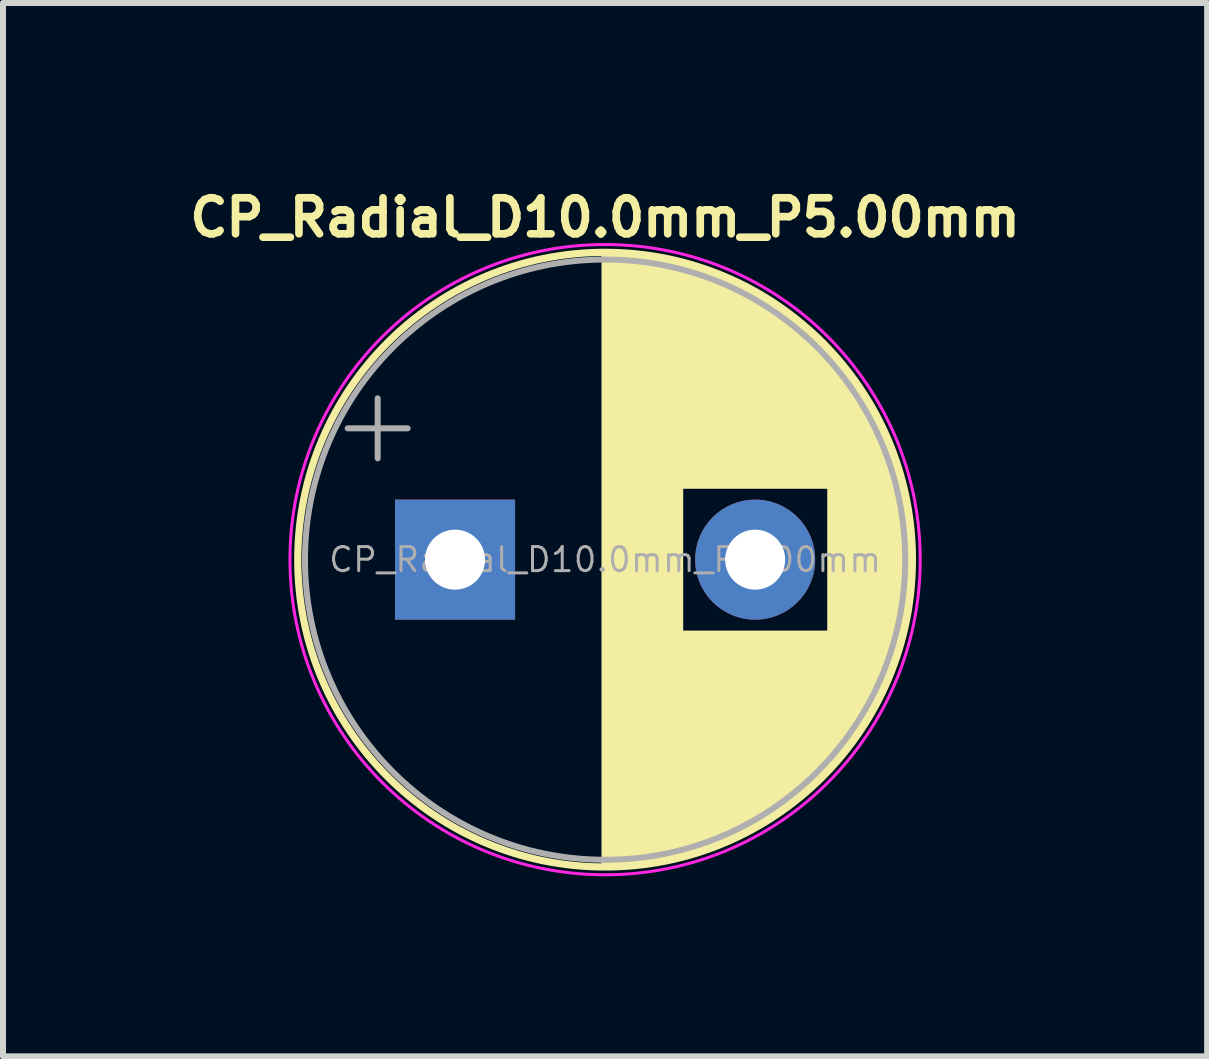
<source format=kicad_pcb>
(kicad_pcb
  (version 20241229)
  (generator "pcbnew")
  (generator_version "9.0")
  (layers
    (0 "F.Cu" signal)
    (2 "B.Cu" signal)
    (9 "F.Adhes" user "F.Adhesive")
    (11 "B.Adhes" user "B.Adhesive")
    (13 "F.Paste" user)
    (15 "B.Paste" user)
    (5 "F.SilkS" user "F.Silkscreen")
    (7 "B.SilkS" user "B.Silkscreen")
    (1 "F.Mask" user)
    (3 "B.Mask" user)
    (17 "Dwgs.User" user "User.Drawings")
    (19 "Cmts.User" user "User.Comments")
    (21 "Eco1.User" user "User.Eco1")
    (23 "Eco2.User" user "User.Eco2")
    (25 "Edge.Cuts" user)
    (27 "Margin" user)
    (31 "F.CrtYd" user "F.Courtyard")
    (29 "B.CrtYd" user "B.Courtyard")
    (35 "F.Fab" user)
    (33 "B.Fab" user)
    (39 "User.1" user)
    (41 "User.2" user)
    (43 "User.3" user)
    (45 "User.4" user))
  (footprint "CP_Radial_D10.0mm_P5.00mm"
    (layer "F.Cu")
    (at 7.031 6.274)
    (property "Reference" "CP_Radial_D10.0mm_P5.00mm" (at 0 -5.7 0) (layer "F.SilkS") (effects (font (size 0.6 0.6) (thickness 0.127))))
    (attr through_hole)
    (fp_line (start 0 -5.08) (end 0 5.08) (stroke (width 0.12) (type solid)) (layer "F.SilkS"))
    (fp_line (start 0.04 -5.08) (end 0.04 5.08) (stroke (width 0.12) (type solid)) (layer "F.SilkS"))
    (fp_line (start 0.08 -5.08) (end 0.08 5.08) (stroke (width 0.12) (type solid)) (layer "F.SilkS"))
    (fp_line (start 0.12 -5.079) (end 0.12 5.079) (stroke (width 0.12) (type solid)) (layer "F.SilkS"))
    (fp_line (start 0.16 -5.078) (end 0.16 5.078) (stroke (width 0.12) (type solid)) (layer "F.SilkS"))
    (fp_line (start 0.2 -5.077) (end 0.2 5.077) (stroke (width 0.12) (type solid)) (layer "F.SilkS"))
    (fp_line (start 0.24 -5.075) (end 0.24 5.075) (stroke (width 0.12) (type solid)) (layer "F.SilkS"))
    (fp_line (start 0.28 -5.073) (end 0.28 5.073) (stroke (width 0.12) (type solid)) (layer "F.SilkS"))
    (fp_line (start 0.32 -5.07) (end 0.32 5.07) (stroke (width 0.12) (type solid)) (layer "F.SilkS"))
    (fp_line (start 0.36 -5.068) (end 0.36 5.068) (stroke (width 0.12) (type solid)) (layer "F.SilkS"))
    (fp_line (start 0.4 -5.065) (end 0.4 5.065) (stroke (width 0.12) (type solid)) (layer "F.SilkS"))
    (fp_line (start 0.44 -5.062) (end 0.44 5.062) (stroke (width 0.12) (type solid)) (layer "F.SilkS"))
    (fp_line (start 0.48 -5.058) (end 0.48 5.058) (stroke (width 0.12) (type solid)) (layer "F.SilkS"))
    (fp_line (start 0.52 -5.054) (end 0.52 5.054) (stroke (width 0.12) (type solid)) (layer "F.SilkS"))
    (fp_line (start 0.56 -5.05) (end 0.56 5.05) (stroke (width 0.12) (type solid)) (layer "F.SilkS"))
    (fp_line (start 0.6 -5.045) (end 0.6 5.045) (stroke (width 0.12) (type solid)) (layer "F.SilkS"))
    (fp_line (start 0.64 -5.04) (end 0.64 5.04) (stroke (width 0.12) (type solid)) (layer "F.SilkS"))
    (fp_line (start 0.68 -5.035) (end 0.68 5.035) (stroke (width 0.12) (type solid)) (layer "F.SilkS"))
    (fp_line (start 0.721 -5.03) (end 0.721 5.03) (stroke (width 0.12) (type solid)) (layer "F.SilkS"))
    (fp_line (start 0.761 -5.024) (end 0.761 5.024) (stroke (width 0.12) (type solid)) (layer "F.SilkS"))
    (fp_line (start 0.801 -5.018) (end 0.801 5.018) (stroke (width 0.12) (type solid)) (layer "F.SilkS"))
    (fp_line (start 0.841 -5.011) (end 0.841 5.011) (stroke (width 0.12) (type solid)) (layer "F.SilkS"))
    (fp_line (start 0.881 -5.004) (end 0.881 5.004) (stroke (width 0.12) (type solid)) (layer "F.SilkS"))
    (fp_line (start 0.921 -4.997) (end 0.921 4.997) (stroke (width 0.12) (type solid)) (layer "F.SilkS"))
    (fp_line (start 0.961 -4.99) (end 0.961 4.99) (stroke (width 0.12) (type solid)) (layer "F.SilkS"))
    (fp_line (start 1.001 -4.982) (end 1.001 4.982) (stroke (width 0.12) (type solid)) (layer "F.SilkS"))
    (fp_line (start 1.041 -4.974) (end 1.041 4.974) (stroke (width 0.12) (type solid)) (layer "F.SilkS"))
    (fp_line (start 1.081 -4.965) (end 1.081 4.965) (stroke (width 0.12) (type solid)) (layer "F.SilkS"))
    (fp_line (start 1.121 -4.956) (end 1.121 4.956) (stroke (width 0.12) (type solid)) (layer "F.SilkS"))
    (fp_line (start 1.161 -4.947) (end 1.161 4.947) (stroke (width 0.12) (type solid)) (layer "F.SilkS"))
    (fp_line (start 1.201 -4.938) (end 1.201 4.938) (stroke (width 0.12) (type solid)) (layer "F.SilkS"))
    (fp_line (start 1.241 -4.928) (end 1.241 4.928) (stroke (width 0.12) (type solid)) (layer "F.SilkS"))
    (fp_line (start 1.281 -4.918) (end 1.281 -1.241) (stroke (width 0.12) (type solid)) (layer "F.SilkS"))
    (fp_line (start 1.281 1.241) (end 1.281 4.918) (stroke (width 0.12) (type solid)) (layer "F.SilkS"))
    (fp_line (start 1.321 -4.907) (end 1.321 -1.241) (stroke (width 0.12) (type solid)) (layer "F.SilkS"))
    (fp_line (start 1.321 1.241) (end 1.321 4.907) (stroke (width 0.12) (type solid)) (layer "F.SilkS"))
    (fp_line (start 1.361 -4.897) (end 1.361 -1.241) (stroke (width 0.12) (type solid)) (layer "F.SilkS"))
    (fp_line (start 1.361 1.241) (end 1.361 4.897) (stroke (width 0.12) (type solid)) (layer "F.SilkS"))
    (fp_line (start 1.401 -4.885) (end 1.401 -1.241) (stroke (width 0.12) (type solid)) (layer "F.SilkS"))
    (fp_line (start 1.401 1.241) (end 1.401 4.885) (stroke (width 0.12) (type solid)) (layer "F.SilkS"))
    (fp_line (start 1.441 -4.874) (end 1.441 -1.241) (stroke (width 0.12) (type solid)) (layer "F.SilkS"))
    (fp_line (start 1.441 1.241) (end 1.441 4.874) (stroke (width 0.12) (type solid)) (layer "F.SilkS"))
    (fp_line (start 1.481 -4.862) (end 1.481 -1.241) (stroke (width 0.12) (type solid)) (layer "F.SilkS"))
    (fp_line (start 1.481 1.241) (end 1.481 4.862) (stroke (width 0.12) (type solid)) (layer "F.SilkS"))
    (fp_line (start 1.521 -4.85) (end 1.521 -1.241) (stroke (width 0.12) (type solid)) (layer "F.SilkS"))
    (fp_line (start 1.521 1.241) (end 1.521 4.85) (stroke (width 0.12) (type solid)) (layer "F.SilkS"))
    (fp_line (start 1.561 -4.837) (end 1.561 -1.241) (stroke (width 0.12) (type solid)) (layer "F.SilkS"))
    (fp_line (start 1.561 1.241) (end 1.561 4.837) (stroke (width 0.12) (type solid)) (layer "F.SilkS"))
    (fp_line (start 1.601 -4.824) (end 1.601 -1.241) (stroke (width 0.12) (type solid)) (layer "F.SilkS"))
    (fp_line (start 1.601 1.241) (end 1.601 4.824) (stroke (width 0.12) (type solid)) (layer "F.SilkS"))
    (fp_line (start 1.641 -4.811) (end 1.641 -1.241) (stroke (width 0.12) (type solid)) (layer "F.SilkS"))
    (fp_line (start 1.641 1.241) (end 1.641 4.811) (stroke (width 0.12) (type solid)) (layer "F.SilkS"))
    (fp_line (start 1.681 -4.797) (end 1.681 -1.241) (stroke (width 0.12) (type solid)) (layer "F.SilkS"))
    (fp_line (start 1.681 1.241) (end 1.681 4.797) (stroke (width 0.12) (type solid)) (layer "F.SilkS"))
    (fp_line (start 1.721 -4.783) (end 1.721 -1.241) (stroke (width 0.12) (type solid)) (layer "F.SilkS"))
    (fp_line (start 1.721 1.241) (end 1.721 4.783) (stroke (width 0.12) (type solid)) (layer "F.SilkS"))
    (fp_line (start 1.761 -4.768) (end 1.761 -1.241) (stroke (width 0.12) (type solid)) (layer "F.SilkS"))
    (fp_line (start 1.761 1.241) (end 1.761 4.768) (stroke (width 0.12) (type solid)) (layer "F.SilkS"))
    (fp_line (start 1.801 -4.754) (end 1.801 -1.241) (stroke (width 0.12) (type solid)) (layer "F.SilkS"))
    (fp_line (start 1.801 1.241) (end 1.801 4.754) (stroke (width 0.12) (type solid)) (layer "F.SilkS"))
    (fp_line (start 1.841 -4.738) (end 1.841 -1.241) (stroke (width 0.12) (type solid)) (layer "F.SilkS"))
    (fp_line (start 1.841 1.241) (end 1.841 4.738) (stroke (width 0.12) (type solid)) (layer "F.SilkS"))
    (fp_line (start 1.881 -4.723) (end 1.881 -1.241) (stroke (width 0.12) (type solid)) (layer "F.SilkS"))
    (fp_line (start 1.881 1.241) (end 1.881 4.723) (stroke (width 0.12) (type solid)) (layer "F.SilkS"))
    (fp_line (start 1.921 -4.707) (end 1.921 -1.241) (stroke (width 0.12) (type solid)) (layer "F.SilkS"))
    (fp_line (start 1.921 1.241) (end 1.921 4.707) (stroke (width 0.12) (type solid)) (layer "F.SilkS"))
    (fp_line (start 1.961 -4.69) (end 1.961 -1.241) (stroke (width 0.12) (type solid)) (layer "F.SilkS"))
    (fp_line (start 1.961 1.241) (end 1.961 4.69) (stroke (width 0.12) (type solid)) (layer "F.SilkS"))
    (fp_line (start 2.001 -4.674) (end 2.001 -1.241) (stroke (width 0.12) (type solid)) (layer "F.SilkS"))
    (fp_line (start 2.001 1.241) (end 2.001 4.674) (stroke (width 0.12) (type solid)) (layer "F.SilkS"))
    (fp_line (start 2.041 -4.657) (end 2.041 -1.241) (stroke (width 0.12) (type solid)) (layer "F.SilkS"))
    (fp_line (start 2.041 1.241) (end 2.041 4.657) (stroke (width 0.12) (type solid)) (layer "F.SilkS"))
    (fp_line (start 2.081 -4.639) (end 2.081 -1.241) (stroke (width 0.12) (type solid)) (layer "F.SilkS"))
    (fp_line (start 2.081 1.241) (end 2.081 4.639) (stroke (width 0.12) (type solid)) (layer "F.SilkS"))
    (fp_line (start 2.121 -4.621) (end 2.121 -1.241) (stroke (width 0.12) (type solid)) (layer "F.SilkS"))
    (fp_line (start 2.121 1.241) (end 2.121 4.621) (stroke (width 0.12) (type solid)) (layer "F.SilkS"))
    (fp_line (start 2.161 -4.603) (end 2.161 -1.241) (stroke (width 0.12) (type solid)) (layer "F.SilkS"))
    (fp_line (start 2.161 1.241) (end 2.161 4.603) (stroke (width 0.12) (type solid)) (layer "F.SilkS"))
    (fp_line (start 2.201 -4.584) (end 2.201 -1.241) (stroke (width 0.12) (type solid)) (layer "F.SilkS"))
    (fp_line (start 2.201 1.241) (end 2.201 4.584) (stroke (width 0.12) (type solid)) (layer "F.SilkS"))
    (fp_line (start 2.241 -4.564) (end 2.241 -1.241) (stroke (width 0.12) (type solid)) (layer "F.SilkS"))
    (fp_line (start 2.241 1.241) (end 2.241 4.564) (stroke (width 0.12) (type solid)) (layer "F.SilkS"))
    (fp_line (start 2.281 -4.545) (end 2.281 -1.241) (stroke (width 0.12) (type solid)) (layer "F.SilkS"))
    (fp_line (start 2.281 1.241) (end 2.281 4.545) (stroke (width 0.12) (type solid)) (layer "F.SilkS"))
    (fp_line (start 2.321 -4.525) (end 2.321 -1.241) (stroke (width 0.12) (type solid)) (layer "F.SilkS"))
    (fp_line (start 2.321 1.241) (end 2.321 4.525) (stroke (width 0.12) (type solid)) (layer "F.SilkS"))
    (fp_line (start 2.361 -4.504) (end 2.361 -1.241) (stroke (width 0.12) (type solid)) (layer "F.SilkS"))
    (fp_line (start 2.361 1.241) (end 2.361 4.504) (stroke (width 0.12) (type solid)) (layer "F.SilkS"))
    (fp_line (start 2.401 -4.483) (end 2.401 -1.241) (stroke (width 0.12) (type solid)) (layer "F.SilkS"))
    (fp_line (start 2.401 1.241) (end 2.401 4.483) (stroke (width 0.12) (type solid)) (layer "F.SilkS"))
    (fp_line (start 2.441 -4.462) (end 2.441 -1.241) (stroke (width 0.12) (type solid)) (layer "F.SilkS"))
    (fp_line (start 2.441 1.241) (end 2.441 4.462) (stroke (width 0.12) (type solid)) (layer "F.SilkS"))
    (fp_line (start 2.481 -4.44) (end 2.481 -1.241) (stroke (width 0.12) (type solid)) (layer "F.SilkS"))
    (fp_line (start 2.481 1.241) (end 2.481 4.44) (stroke (width 0.12) (type solid)) (layer "F.SilkS"))
    (fp_line (start 2.521 -4.417) (end 2.521 -1.241) (stroke (width 0.12) (type solid)) (layer "F.SilkS"))
    (fp_line (start 2.521 1.241) (end 2.521 4.417) (stroke (width 0.12) (type solid)) (layer "F.SilkS"))
    (fp_line (start 2.561 -4.395) (end 2.561 -1.241) (stroke (width 0.12) (type solid)) (layer "F.SilkS"))
    (fp_line (start 2.561 1.241) (end 2.561 4.395) (stroke (width 0.12) (type solid)) (layer "F.SilkS"))
    (fp_line (start 2.601 -4.371) (end 2.601 -1.241) (stroke (width 0.12) (type solid)) (layer "F.SilkS"))
    (fp_line (start 2.601 1.241) (end 2.601 4.371) (stroke (width 0.12) (type solid)) (layer "F.SilkS"))
    (fp_line (start 2.641 -4.347) (end 2.641 -1.241) (stroke (width 0.12) (type solid)) (layer "F.SilkS"))
    (fp_line (start 2.641 1.241) (end 2.641 4.347) (stroke (width 0.12) (type solid)) (layer "F.SilkS"))
    (fp_line (start 2.681 -4.323) (end 2.681 -1.241) (stroke (width 0.12) (type solid)) (layer "F.SilkS"))
    (fp_line (start 2.681 1.241) (end 2.681 4.323) (stroke (width 0.12) (type solid)) (layer "F.SilkS"))
    (fp_line (start 2.721 -4.298) (end 2.721 -1.241) (stroke (width 0.12) (type solid)) (layer "F.SilkS"))
    (fp_line (start 2.721 1.241) (end 2.721 4.298) (stroke (width 0.12) (type solid)) (layer "F.SilkS"))
    (fp_line (start 2.761 -4.273) (end 2.761 -1.241) (stroke (width 0.12) (type solid)) (layer "F.SilkS"))
    (fp_line (start 2.761 1.241) (end 2.761 4.273) (stroke (width 0.12) (type solid)) (layer "F.SilkS"))
    (fp_line (start 2.801 -4.247) (end 2.801 -1.241) (stroke (width 0.12) (type solid)) (layer "F.SilkS"))
    (fp_line (start 2.801 1.241) (end 2.801 4.247) (stroke (width 0.12) (type solid)) (layer "F.SilkS"))
    (fp_line (start 2.841 -4.221) (end 2.841 -1.241) (stroke (width 0.12) (type solid)) (layer "F.SilkS"))
    (fp_line (start 2.841 1.241) (end 2.841 4.221) (stroke (width 0.12) (type solid)) (layer "F.SilkS"))
    (fp_line (start 2.881 -4.194) (end 2.881 -1.241) (stroke (width 0.12) (type solid)) (layer "F.SilkS"))
    (fp_line (start 2.881 1.241) (end 2.881 4.194) (stroke (width 0.12) (type solid)) (layer "F.SilkS"))
    (fp_line (start 2.921 -4.166) (end 2.921 -1.241) (stroke (width 0.12) (type solid)) (layer "F.SilkS"))
    (fp_line (start 2.921 1.241) (end 2.921 4.166) (stroke (width 0.12) (type solid)) (layer "F.SilkS"))
    (fp_line (start 2.961 -4.138) (end 2.961 -1.241) (stroke (width 0.12) (type solid)) (layer "F.SilkS"))
    (fp_line (start 2.961 1.241) (end 2.961 4.138) (stroke (width 0.12) (type solid)) (layer "F.SilkS"))
    (fp_line (start 3.001 -4.11) (end 3.001 -1.241) (stroke (width 0.12) (type solid)) (layer "F.SilkS"))
    (fp_line (start 3.001 1.241) (end 3.001 4.11) (stroke (width 0.12) (type solid)) (layer "F.SilkS"))
    (fp_line (start 3.041 -4.08) (end 3.041 -1.241) (stroke (width 0.12) (type solid)) (layer "F.SilkS"))
    (fp_line (start 3.041 1.241) (end 3.041 4.08) (stroke (width 0.12) (type solid)) (layer "F.SilkS"))
    (fp_line (start 3.081 -4.05) (end 3.081 -1.241) (stroke (width 0.12) (type solid)) (layer "F.SilkS"))
    (fp_line (start 3.081 1.241) (end 3.081 4.05) (stroke (width 0.12) (type solid)) (layer "F.SilkS"))
    (fp_line (start 3.121 -4.02) (end 3.121 -1.241) (stroke (width 0.12) (type solid)) (layer "F.SilkS"))
    (fp_line (start 3.121 1.241) (end 3.121 4.02) (stroke (width 0.12) (type solid)) (layer "F.SilkS"))
    (fp_line (start 3.161 -3.989) (end 3.161 -1.241) (stroke (width 0.12) (type solid)) (layer "F.SilkS"))
    (fp_line (start 3.161 1.241) (end 3.161 3.989) (stroke (width 0.12) (type solid)) (layer "F.SilkS"))
    (fp_line (start 3.201 -3.957) (end 3.201 -1.241) (stroke (width 0.12) (type solid)) (layer "F.SilkS"))
    (fp_line (start 3.201 1.241) (end 3.201 3.957) (stroke (width 0.12) (type solid)) (layer "F.SilkS"))
    (fp_line (start 3.241 -3.925) (end 3.241 -1.241) (stroke (width 0.12) (type solid)) (layer "F.SilkS"))
    (fp_line (start 3.241 1.241) (end 3.241 3.925) (stroke (width 0.12) (type solid)) (layer "F.SilkS"))
    (fp_line (start 3.281 -3.892) (end 3.281 -1.241) (stroke (width 0.12) (type solid)) (layer "F.SilkS"))
    (fp_line (start 3.281 1.241) (end 3.281 3.892) (stroke (width 0.12) (type solid)) (layer "F.SilkS"))
    (fp_line (start 3.321 -3.858) (end 3.321 -1.241) (stroke (width 0.12) (type solid)) (layer "F.SilkS"))
    (fp_line (start 3.321 1.241) (end 3.321 3.858) (stroke (width 0.12) (type solid)) (layer "F.SilkS"))
    (fp_line (start 3.361 -3.824) (end 3.361 -1.241) (stroke (width 0.12) (type solid)) (layer "F.SilkS"))
    (fp_line (start 3.361 1.241) (end 3.361 3.824) (stroke (width 0.12) (type solid)) (layer "F.SilkS"))
    (fp_line (start 3.401 -3.789) (end 3.401 -1.241) (stroke (width 0.12) (type solid)) (layer "F.SilkS"))
    (fp_line (start 3.401 1.241) (end 3.401 3.789) (stroke (width 0.12) (type solid)) (layer "F.SilkS"))
    (fp_line (start 3.441 -3.753) (end 3.441 -1.241) (stroke (width 0.12) (type solid)) (layer "F.SilkS"))
    (fp_line (start 3.441 1.241) (end 3.441 3.753) (stroke (width 0.12) (type solid)) (layer "F.SilkS"))
    (fp_line (start 3.481 -3.716) (end 3.481 -1.241) (stroke (width 0.12) (type solid)) (layer "F.SilkS"))
    (fp_line (start 3.481 1.241) (end 3.481 3.716) (stroke (width 0.12) (type solid)) (layer "F.SilkS"))
    (fp_line (start 3.521 -3.679) (end 3.521 -1.241) (stroke (width 0.12) (type solid)) (layer "F.SilkS"))
    (fp_line (start 3.521 1.241) (end 3.521 3.679) (stroke (width 0.12) (type solid)) (layer "F.SilkS"))
    (fp_line (start 3.561 -3.64) (end 3.561 -1.241) (stroke (width 0.12) (type solid)) (layer "F.SilkS"))
    (fp_line (start 3.561 1.241) (end 3.561 3.64) (stroke (width 0.12) (type solid)) (layer "F.SilkS"))
    (fp_line (start 3.601 -3.601) (end 3.601 -1.241) (stroke (width 0.12) (type solid)) (layer "F.SilkS"))
    (fp_line (start 3.601 1.241) (end 3.601 3.601) (stroke (width 0.12) (type solid)) (layer "F.SilkS"))
    (fp_line (start 3.641 -3.561) (end 3.641 -1.241) (stroke (width 0.12) (type solid)) (layer "F.SilkS"))
    (fp_line (start 3.641 1.241) (end 3.641 3.561) (stroke (width 0.12) (type solid)) (layer "F.SilkS"))
    (fp_line (start 3.681 -3.52) (end 3.681 -1.241) (stroke (width 0.12) (type solid)) (layer "F.SilkS"))
    (fp_line (start 3.681 1.241) (end 3.681 3.52) (stroke (width 0.12) (type solid)) (layer "F.SilkS"))
    (fp_line (start 3.721 -3.478) (end 3.721 -1.241) (stroke (width 0.12) (type solid)) (layer "F.SilkS"))
    (fp_line (start 3.721 1.241) (end 3.721 3.478) (stroke (width 0.12) (type solid)) (layer "F.SilkS"))
    (fp_line (start 3.761 -3.436) (end 3.761 3.436) (stroke (width 0.12) (type solid)) (layer "F.SilkS"))
    (fp_line (start 3.801 -3.392) (end 3.801 3.392) (stroke (width 0.12) (type solid)) (layer "F.SilkS"))
    (fp_line (start 3.841 -3.347) (end 3.841 3.347) (stroke (width 0.12) (type solid)) (layer "F.SilkS"))
    (fp_line (start 3.881 -3.301) (end 3.881 3.301) (stroke (width 0.12) (type solid)) (layer "F.SilkS"))
    (fp_line (start 3.921 -3.254) (end 3.921 3.254) (stroke (width 0.12) (type solid)) (layer "F.SilkS"))
    (fp_line (start 3.961 -3.206) (end 3.961 3.206) (stroke (width 0.12) (type solid)) (layer "F.SilkS"))
    (fp_line (start 4.001 -3.156) (end 4.001 3.156) (stroke (width 0.12) (type solid)) (layer "F.SilkS"))
    (fp_line (start 4.041 -3.106) (end 4.041 3.106) (stroke (width 0.12) (type solid)) (layer "F.SilkS"))
    (fp_line (start 4.081 -3.054) (end 4.081 3.054) (stroke (width 0.12) (type solid)) (layer "F.SilkS"))
    (fp_line (start 4.121 -3) (end 4.121 3) (stroke (width 0.12) (type solid)) (layer "F.SilkS"))
    (fp_line (start 4.161 -2.945) (end 4.161 2.945) (stroke (width 0.12) (type solid)) (layer "F.SilkS"))
    (fp_line (start 4.201 -2.889) (end 4.201 2.889) (stroke (width 0.12) (type solid)) (layer "F.SilkS"))
    (fp_line (start 4.241 -2.83) (end 4.241 2.83) (stroke (width 0.12) (type solid)) (layer "F.SilkS"))
    (fp_line (start 4.281 -2.77) (end 4.281 2.77) (stroke (width 0.12) (type solid)) (layer "F.SilkS"))
    (fp_line (start 4.321 -2.709) (end 4.321 2.709) (stroke (width 0.12) (type solid)) (layer "F.SilkS"))
    (fp_line (start 4.361 -2.645) (end 4.361 2.645) (stroke (width 0.12) (type solid)) (layer "F.SilkS"))
    (fp_line (start 4.401 -2.579) (end 4.401 2.579) (stroke (width 0.12) (type solid)) (layer "F.SilkS"))
    (fp_line (start 4.441 -2.51) (end 4.441 2.51) (stroke (width 0.12) (type solid)) (layer "F.SilkS"))
    (fp_line (start 4.481 -2.439) (end 4.481 2.439) (stroke (width 0.12) (type solid)) (layer "F.SilkS"))
    (fp_line (start 4.521 -2.365) (end 4.521 2.365) (stroke (width 0.12) (type solid)) (layer "F.SilkS"))
    (fp_line (start 4.561 -2.289) (end 4.561 2.289) (stroke (width 0.12) (type solid)) (layer "F.SilkS"))
    (fp_line (start 4.601 -2.209) (end 4.601 2.209) (stroke (width 0.12) (type solid)) (layer "F.SilkS"))
    (fp_line (start 4.641 -2.125) (end 4.641 2.125) (stroke (width 0.12) (type solid)) (layer "F.SilkS"))
    (fp_line (start 4.681 -2.037) (end 4.681 2.037) (stroke (width 0.12) (type solid)) (layer "F.SilkS"))
    (fp_line (start 4.721 -1.944) (end 4.721 1.944) (stroke (width 0.12) (type solid)) (layer "F.SilkS"))
    (fp_line (start 4.761 -1.846) (end 4.761 1.846) (stroke (width 0.12) (type solid)) (layer "F.SilkS"))
    (fp_line (start 4.801 -1.742) (end 4.801 1.742) (stroke (width 0.12) (type solid)) (layer "F.SilkS"))
    (fp_line (start 4.841 -1.63) (end 4.841 1.63) (stroke (width 0.12) (type solid)) (layer "F.SilkS"))
    (fp_line (start 4.881 -1.51) (end 4.881 1.51) (stroke (width 0.12) (type solid)) (layer "F.SilkS"))
    (fp_line (start 4.921 -1.378) (end 4.921 1.378) (stroke (width 0.12) (type solid)) (layer "F.SilkS"))
    (fp_line (start 4.961 -1.23) (end 4.961 1.23) (stroke (width 0.12) (type solid)) (layer "F.SilkS"))
    (fp_line (start 5.001 -1.062) (end 5.001 1.062) (stroke (width 0.12) (type solid)) (layer "F.SilkS"))
    (fp_line (start 5.041 -0.862) (end 5.041 0.862) (stroke (width 0.12) (type solid)) (layer "F.SilkS"))
    (fp_line (start 5.081 -0.599) (end 5.081 0.599) (stroke (width 0.12) (type solid)) (layer "F.SilkS"))
    (fp_circle (center 0 0) (end 5.12 0) (stroke (width 0.12) (type solid)) (fill no) (layer "F.SilkS"))
    (fp_circle (center 0 0) (end 5.25 0) (stroke (width 0.05) (type solid)) (fill no) (layer "F.CrtYd"))
    (fp_line (start -4.289 -2.188) (end -3.289 -2.188) (stroke (width 0.1) (type solid)) (layer "F.Fab"))
    (fp_line (start -3.789 -2.688) (end -3.789 -1.688) (stroke (width 0.1) (type solid)) (layer "F.Fab"))
    (fp_circle (center 0 0) (end 5 0) (stroke (width 0.1) (type solid)) (fill no) (layer "F.Fab"))
    (fp_text user "${REFERENCE}" (at 0 0 0) (layer "F.Fab") (effects (font (size 0.4 0.4) (thickness 0.05))))
    (pad "1" thru_hole rect (at -2.5 0) (size 2 2) (drill 1) (layers "*.Cu" "*.Mask"))
    (pad "2" thru_hole circle (at 2.5 0) (size 2 2) (drill 1) (layers "*.Cu" "*.Mask")))
  (gr_rect
    (start -3 -3)
    (end 17.061 14.549)
    (stroke (width 0.1) (type default))
    (fill no)
    (layer "Edge.Cuts")))
</source>
